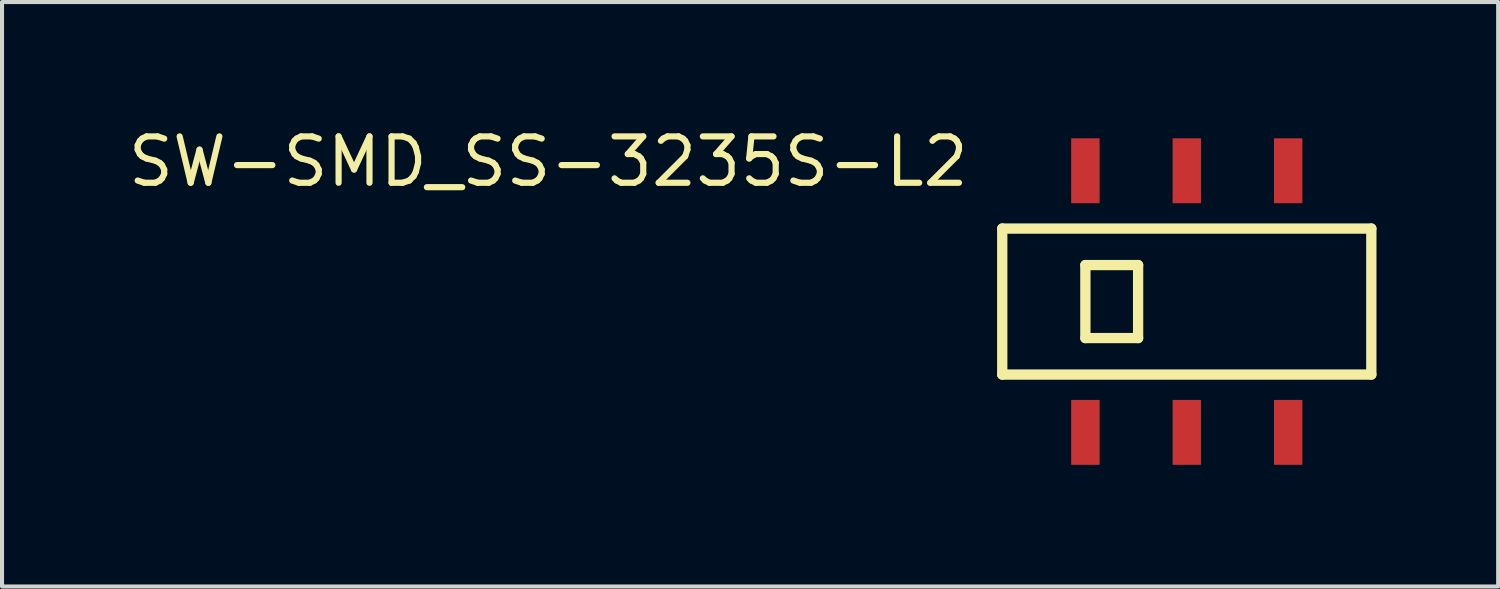
<source format=kicad_pcb>
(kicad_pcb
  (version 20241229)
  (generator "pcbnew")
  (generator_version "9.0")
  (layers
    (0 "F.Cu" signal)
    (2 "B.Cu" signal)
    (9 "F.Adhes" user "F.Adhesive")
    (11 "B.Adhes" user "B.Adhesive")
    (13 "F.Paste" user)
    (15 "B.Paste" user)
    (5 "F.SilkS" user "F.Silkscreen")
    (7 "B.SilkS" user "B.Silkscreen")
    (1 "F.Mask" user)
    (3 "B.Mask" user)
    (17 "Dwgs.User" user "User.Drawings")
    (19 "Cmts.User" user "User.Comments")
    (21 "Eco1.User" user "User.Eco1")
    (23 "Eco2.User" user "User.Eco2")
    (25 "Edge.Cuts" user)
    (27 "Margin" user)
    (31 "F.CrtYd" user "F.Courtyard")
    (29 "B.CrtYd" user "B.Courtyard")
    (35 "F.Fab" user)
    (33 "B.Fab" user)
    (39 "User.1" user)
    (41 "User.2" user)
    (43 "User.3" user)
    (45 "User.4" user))
  (footprint "SW-SMD_SS-3235S-L2"
    (layer "F.Cu")
    (at 26.21 4.385)
    (property "Reference" "SW-SMD_SS-3235S-L2" (at -5.3 -3.45 180) (layer "F.SilkS") (effects (font (size 1.143 1.143) (thickness 0.152) (bold yes)) (justify right)))
    (attr smd)
    (fp_line (start -4.55 -1.8) (end -4.55 1.8) (stroke (width 0.254) (type solid)) (layer "F.SilkS"))
    (fp_line (start -4.55 -1.8) (end 4.55 -1.8) (stroke (width 0.254) (type solid)) (layer "F.SilkS"))
    (fp_line (start -4.55 1.8) (end 4.55 1.8) (stroke (width 0.254) (type solid)) (layer "F.SilkS"))
    (fp_line (start -2.5 -0.9) (end -1.2 -0.9) (stroke (width 0.254) (type solid)) (layer "F.SilkS"))
    (fp_line (start -2.5 0.9) (end -2.5 -0.9) (stroke (width 0.254) (type solid)) (layer "F.SilkS"))
    (fp_line (start -1.2 -0.9) (end -1.2 0.9) (stroke (width 0.254) (type solid)) (layer "F.SilkS"))
    (fp_line (start -1.2 0.9) (end -2.5 0.9) (stroke (width 0.254) (type solid)) (layer "F.SilkS"))
    (fp_line (start 4.55 -1.8) (end 4.55 1.8) (stroke (width 0.254) (type solid)) (layer "F.SilkS"))
    (pad "1" smd rect (at -2.5 -3.225) (size 0.7 1.6) (layers "F.Cu" "F.Mask" "F.Paste"))
    (pad "2" smd rect (at 0 -3.225) (size 0.7 1.6) (layers "F.Cu" "F.Mask" "F.Paste"))
    (pad "3" smd rect (at 2.5 -3.225) (size 0.7 1.6) (layers "F.Cu" "F.Mask" "F.Paste"))
    (pad "4" smd rect (at -2.5 3.225) (size 0.7 1.6) (layers "F.Cu" "F.Mask" "F.Paste"))
    (pad "5" smd rect (at 0 3.225) (size 0.7 1.6) (layers "F.Cu" "F.Mask" "F.Paste"))
    (pad "6" smd rect (at 2.5 3.225) (size 0.7 1.6) (layers "F.Cu" "F.Mask" "F.Paste")))
  (gr_rect
    (start -3 -3)
    (end 33.887 11.41)
    (stroke (width 0.1) (type default))
    (fill no)
    (layer "Edge.Cuts")))
</source>
